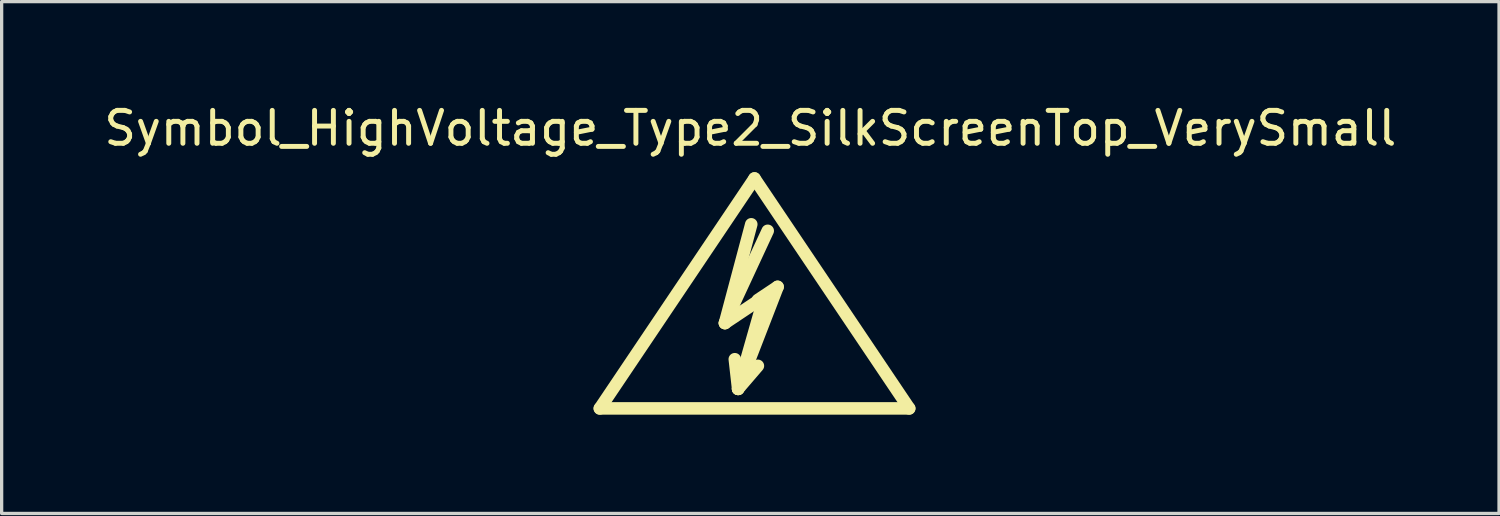
<source format=kicad_pcb>
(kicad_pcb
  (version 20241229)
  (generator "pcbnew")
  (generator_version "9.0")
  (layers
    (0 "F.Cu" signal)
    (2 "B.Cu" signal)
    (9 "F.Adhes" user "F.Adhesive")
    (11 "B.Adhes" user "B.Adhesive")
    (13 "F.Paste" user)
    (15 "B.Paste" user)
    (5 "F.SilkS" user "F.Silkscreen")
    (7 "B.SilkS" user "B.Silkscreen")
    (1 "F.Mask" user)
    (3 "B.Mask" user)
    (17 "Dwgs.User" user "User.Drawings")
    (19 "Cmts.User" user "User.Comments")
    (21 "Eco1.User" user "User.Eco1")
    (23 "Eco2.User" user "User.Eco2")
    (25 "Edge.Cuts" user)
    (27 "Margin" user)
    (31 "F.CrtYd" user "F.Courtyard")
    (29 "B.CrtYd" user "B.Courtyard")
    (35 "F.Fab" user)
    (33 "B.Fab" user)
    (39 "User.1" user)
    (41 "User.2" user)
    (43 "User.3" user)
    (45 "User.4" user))
  (footprint "Symbol_HighVoltage_Type2_SilkScreenTop_VerySmall"
    (layer "F.Cu")
    (at 19.871 6.563)
    (property "Reference" "Symbol_HighVoltage_Type2_SilkScreenTop_VerySmall" (at -0.127 -5.715 0) (layer "F.SilkS") (effects (font (size 1 1) (thickness 0.15))))
    (attr exclude_from_pos_files exclude_from_bom)
    (fp_line (start -4.699 2.794) (end 0 -4.191) (stroke (width 0.381) (type solid)) (layer "F.SilkS"))
    (fp_line (start -0.899 0.201) (end 0.3 -0.599) (stroke (width 0.381) (type solid)) (layer "F.SilkS"))
    (fp_line (start -0.899 0.201) (end 0.401 -2.601) (stroke (width 0.381) (type solid)) (layer "F.SilkS"))
    (fp_line (start -0.498 2.2) (end -0.599 1.3) (stroke (width 0.381) (type solid)) (layer "F.SilkS"))
    (fp_line (start -0.498 2.2) (end 0.102 1.501) (stroke (width 0.381) (type solid)) (layer "F.SilkS"))
    (fp_line (start -0.498 2.2) (end 0.701 -0.899) (stroke (width 0.381) (type solid)) (layer "F.SilkS"))
    (fp_line (start -0.099 -2.799) (end -0.899 0.201) (stroke (width 0.381) (type solid)) (layer "F.SilkS"))
    (fp_line (start 0 -4.191) (end 4.699 2.794) (stroke (width 0.381) (type solid)) (layer "F.SilkS"))
    (fp_line (start 0.3 -0.599) (end -0.498 2.2) (stroke (width 0.381) (type solid)) (layer "F.SilkS"))
    (fp_line (start 0.701 -0.899) (end 0.102 -0.5) (stroke (width 0.381) (type solid)) (layer "F.SilkS"))
    (fp_line (start 4.699 2.794) (end -4.699 2.794) (stroke (width 0.381) (type solid)) (layer "F.SilkS")))
  (gr_rect
    (start -3 -3)
    (end 42.488 12.548)
    (stroke (width 0.1) (type default))
    (fill no)
    (layer "Edge.Cuts")))
</source>
